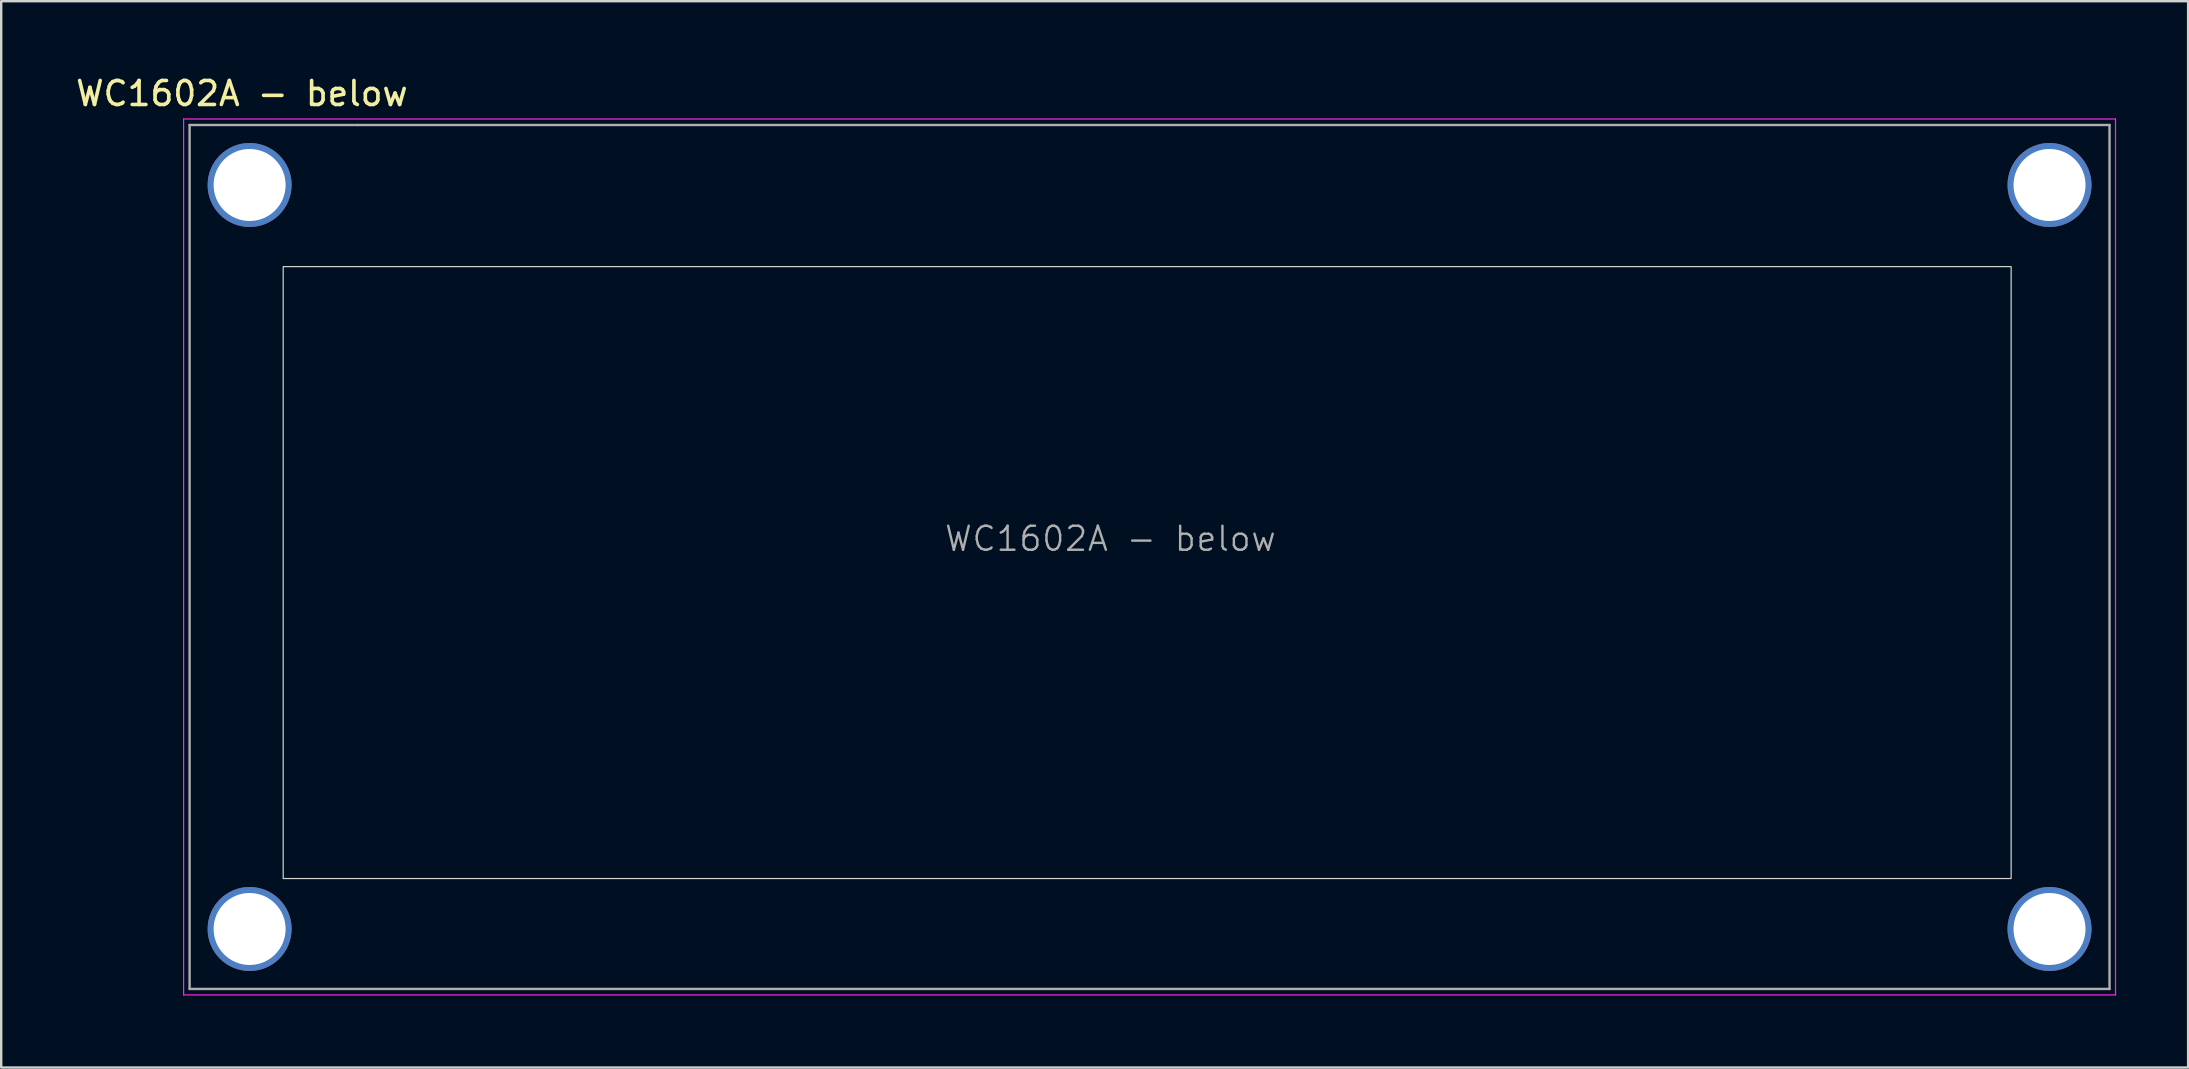
<source format=kicad_pcb>
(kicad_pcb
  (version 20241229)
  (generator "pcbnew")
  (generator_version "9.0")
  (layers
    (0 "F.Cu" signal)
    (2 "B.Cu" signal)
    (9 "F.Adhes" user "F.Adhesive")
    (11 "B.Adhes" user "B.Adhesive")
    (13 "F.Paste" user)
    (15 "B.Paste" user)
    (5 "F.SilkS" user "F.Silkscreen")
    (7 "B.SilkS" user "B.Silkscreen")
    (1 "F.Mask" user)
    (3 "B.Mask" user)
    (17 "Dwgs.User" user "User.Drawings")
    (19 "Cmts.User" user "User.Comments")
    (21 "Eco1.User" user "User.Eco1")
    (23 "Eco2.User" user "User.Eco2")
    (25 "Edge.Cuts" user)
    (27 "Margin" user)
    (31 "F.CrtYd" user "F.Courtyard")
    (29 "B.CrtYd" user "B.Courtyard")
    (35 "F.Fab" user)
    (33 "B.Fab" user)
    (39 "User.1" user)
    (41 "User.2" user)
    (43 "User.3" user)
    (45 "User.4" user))
  (footprint "WC1602A - below"
    (layer "F.Cu")
    (at 12.85 4.658)
    (property "Reference" "WC1602A - below" (at -5.82 -3.81 0) (layer "F.SilkS") (effects (font (size 1 1) (thickness 0.15))))
    (attr through_hole)
    (fp_rect (start -4.1 3.4) (end 67.9 28.9) (stroke (width 0.05) (type default)) (fill no) (layer "Edge.Cuts"))
    (fp_line (start -8.25 -2.75) (end -8.25 33.75) (stroke (width 0.05) (type solid)) (layer "F.CrtYd"))
    (fp_line (start -8.25 -2.75) (end 72.25 -2.75) (stroke (width 0.05) (type solid)) (layer "F.CrtYd"))
    (fp_line (start -8.25 33.75) (end 72.25 33.75) (stroke (width 0.05) (type solid)) (layer "F.CrtYd"))
    (fp_line (start 72.25 -2.75) (end 72.25 33.75) (stroke (width 0.05) (type solid)) (layer "F.CrtYd"))
    (fp_line (start -8 33.5) (end -8 -2.5) (stroke (width 0.1) (type solid)) (layer "F.Fab"))
    (fp_line (start -1 -2.5) (end -8 -2.5) (stroke (width 0.1) (type solid)) (layer "F.Fab"))
    (fp_line (start -1 -2.5) (end 72 -2.5) (stroke (width 0.1) (type solid)) (layer "F.Fab"))
    (fp_line (start 72 -2.5) (end 72 33.5) (stroke (width 0.1) (type solid)) (layer "F.Fab"))
    (fp_line (start 72 33.5) (end -8 33.5) (stroke (width 0.1) (type solid)) (layer "F.Fab"))
    (fp_text user "${REFERENCE}" (at 30.37 14.74 0) (layer "F.Fab") (effects (font (size 1 1) (thickness 0.1))))
    (pad "" thru_hole circle (at -5.499 0) (size 3.5 3.5) (drill 3) (layers "*.Cu" "*.Mask"))
    (pad "" thru_hole circle (at -5.499 31.001) (size 3.5 3.5) (drill 3) (layers "*.Cu" "*.Mask"))
    (pad "" thru_hole circle (at 69.499 31.001) (size 3.5 3.5) (drill 3) (layers "*.Cu" "*.Mask"))
    (pad "" thru_hole circle (at 69.5 0) (size 3.5 3.5) (drill 3) (layers "*.Cu" "*.Mask")))
  (gr_rect
    (start -3 -3)
    (end 88.125 41.433)
    (stroke (width 0.1) (type default))
    (fill no)
    (layer "Edge.Cuts")))
</source>
